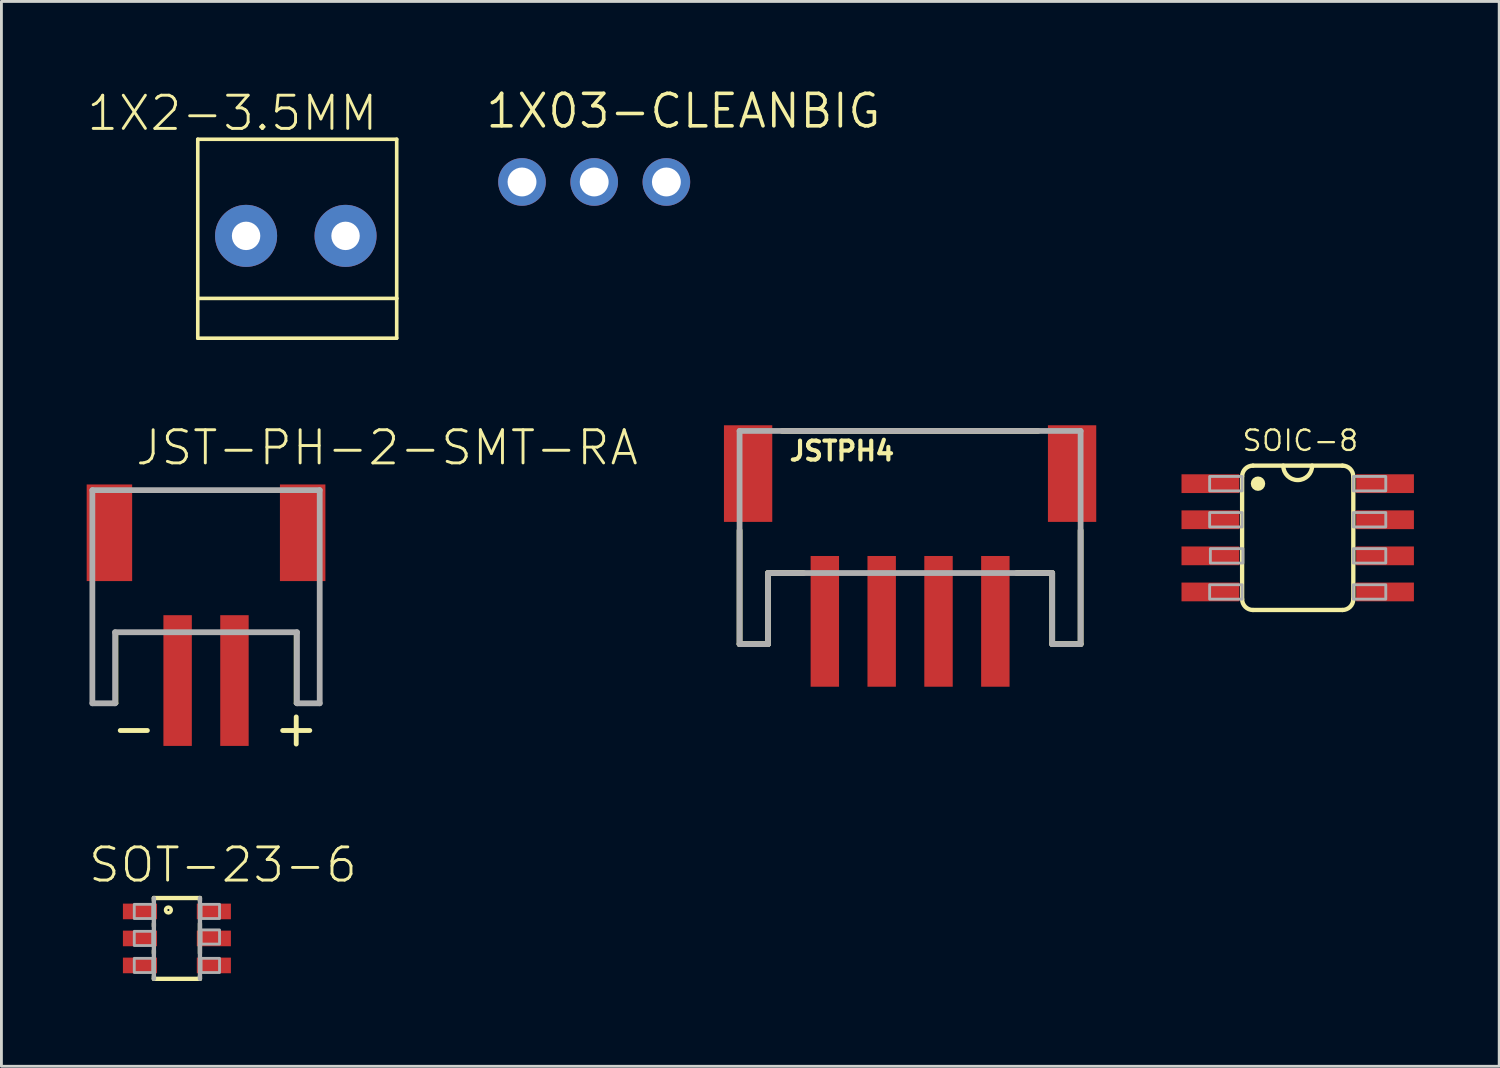
<source format=kicad_pcb>
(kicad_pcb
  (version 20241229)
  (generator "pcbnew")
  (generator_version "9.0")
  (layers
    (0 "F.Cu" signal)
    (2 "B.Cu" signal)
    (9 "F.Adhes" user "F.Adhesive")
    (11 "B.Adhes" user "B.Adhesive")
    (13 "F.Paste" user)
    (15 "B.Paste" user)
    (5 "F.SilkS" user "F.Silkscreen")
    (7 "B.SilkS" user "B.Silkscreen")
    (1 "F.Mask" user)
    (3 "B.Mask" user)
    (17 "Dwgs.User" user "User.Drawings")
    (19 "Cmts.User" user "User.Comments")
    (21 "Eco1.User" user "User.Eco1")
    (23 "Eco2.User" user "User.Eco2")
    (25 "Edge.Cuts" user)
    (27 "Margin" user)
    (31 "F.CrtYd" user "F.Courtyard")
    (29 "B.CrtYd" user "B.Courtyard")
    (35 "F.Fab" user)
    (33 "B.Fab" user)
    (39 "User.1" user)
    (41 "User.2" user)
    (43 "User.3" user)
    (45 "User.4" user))
  (footprint "1X03-CLEANBIG"
    (layer "F.Cu")
    (at 17.858 3.353)
    (property "Reference" "1X03-CLEANBIG" (at -3.886 -1.829 0) (layer "F.SilkS") (effects (font (size 1.143 1.143) (thickness 0.127)) (justify left bottom)))
    (fp_poly (pts (xy -2.794 0.254) (xy -2.286 0.254) (xy -2.286 -0.254) (xy -2.794 -0.254)) (stroke (width 0.1) (type solid)) (fill no) (layer "F.Fab"))
    (fp_poly (pts (xy -0.254 0.254) (xy 0.254 0.254) (xy 0.254 -0.254) (xy -0.254 -0.254)) (stroke (width 0.1) (type solid)) (fill no) (layer "F.Fab"))
    (fp_poly (pts (xy 2.286 0.254) (xy 2.794 0.254) (xy 2.794 -0.254) (xy 2.286 -0.254)) (stroke (width 0.1) (type solid)) (fill no) (layer "F.Fab"))
    (pad "1" thru_hole circle (at -2.54 0 90) (size 1.676 1.676) (drill 1.016) (layers "*.Cu" "*.Mask"))
    (pad "2" thru_hole circle (at 0 0 90) (size 1.676 1.676) (drill 1.016) (layers "*.Cu" "*.Mask"))
    (pad "3" thru_hole circle (at 2.54 0 90) (size 1.676 1.676) (drill 1.016) (layers "*.Cu" "*.Mask")))
  (footprint "SOT-23-6"
    (layer "F.Cu")
    (at 3.175 29.971)
    (property "Reference" "SOT-23-6" (at -3.175 -1.905 0) (layer "F.SilkS") (effects (font (size 1.168 1.168) (thickness 0.102)) (justify left bottom)))
    (fp_line (start -0.81 -1.422) (end 0.81 -1.422) (stroke (width 0.152) (type solid)) (layer "F.SilkS"))
    (fp_line (start -0.81 -1.328) (end -0.81 -1.422) (stroke (width 0.152) (type solid)) (layer "F.SilkS"))
    (fp_line (start -0.81 -0.428) (end -0.81 -0.522) (stroke (width 0.152) (type solid)) (layer "F.SilkS"))
    (fp_line (start -0.81 0.522) (end -0.81 0.428) (stroke (width 0.152) (type solid)) (layer "F.SilkS"))
    (fp_line (start -0.81 1.422) (end -0.81 1.328) (stroke (width 0.152) (type solid)) (layer "F.SilkS"))
    (fp_line (start 0.81 -1.422) (end 0.81 -1.328) (stroke (width 0.152) (type solid)) (layer "F.SilkS"))
    (fp_line (start 0.81 -0.522) (end 0.81 0.522) (stroke (width 0.152) (type solid)) (layer "F.SilkS"))
    (fp_line (start 0.81 1.328) (end 0.81 1.422) (stroke (width 0.152) (type solid)) (layer "F.SilkS"))
    (fp_line (start 0.81 1.422) (end -0.81 1.422) (stroke (width 0.152) (type solid)) (layer "F.SilkS"))
    (fp_circle (center -0.3 -1) (end -0.2 -1) (stroke (width 0.127) (type solid)) (fill no) (layer "F.SilkS"))
    (fp_line (start -0.81 1.422) (end -0.81 -1.422) (stroke (width 0.152) (type solid)) (layer "F.Fab"))
    (fp_line (start 0.81 -1.422) (end 0.81 1.422) (stroke (width 0.152) (type solid)) (layer "F.Fab"))
    (fp_poly (pts (xy -1.5 -1.2) (xy -1.5 -0.7) (xy -0.85 -0.7) (xy -0.85 -1.2)) (stroke (width 0.1) (type solid)) (fill no) (layer "F.Fab"))
    (fp_poly (pts (xy -1.5 -0.25) (xy -1.5 0.25) (xy -0.85 0.25) (xy -0.85 -0.25)) (stroke (width 0.1) (type solid)) (fill no) (layer "F.Fab"))
    (fp_poly (pts (xy -1.5 0.7) (xy -1.5 1.2) (xy -0.85 1.2) (xy -0.85 0.7)) (stroke (width 0.1) (type solid)) (fill no) (layer "F.Fab"))
    (fp_poly (pts (xy 0.85 -1.2) (xy 0.85 -0.7) (xy 1.5 -0.7) (xy 1.5 -1.2)) (stroke (width 0.1) (type solid)) (fill no) (layer "F.Fab"))
    (fp_poly (pts (xy 0.85 -0.3) (xy 0.85 0.2) (xy 1.5 0.2) (xy 1.5 -0.3)) (stroke (width 0.1) (type solid)) (fill no) (layer "F.Fab"))
    (fp_poly (pts (xy 0.85 0.7) (xy 0.85 1.2) (xy 1.5 1.2) (xy 1.5 0.7)) (stroke (width 0.1) (type solid)) (fill no) (layer "F.Fab"))
    (pad "1" smd rect (at -1.3 -0.95 270) (size 0.55 1.2) (layers "F.Cu" "F.Mask" "F.Paste"))
    (pad "2" smd rect (at -1.3 0 270) (size 0.55 1.2) (layers "F.Cu" "F.Mask" "F.Paste"))
    (pad "3" smd rect (at -1.3 0.95 270) (size 0.55 1.2) (layers "F.Cu" "F.Mask" "F.Paste"))
    (pad "4" smd rect (at 1.3 0.95 270) (size 0.55 1.2) (layers "F.Cu" "F.Mask" "F.Paste"))
    (pad "5" smd rect (at 1.3 0 270) (size 0.55 1.2) (layers "F.Cu" "F.Mask" "F.Paste"))
    (pad "6" smd rect (at 1.3 -0.95 270) (size 0.55 1.2) (layers "F.Cu" "F.Mask" "F.Paste")))
  (footprint "JST-PH-2-SMT-RA"
    (layer "F.Cu")
    (at 4.2 17.197)
    (property "Reference" "JST-PH-2-SMT-RA" (at -2.54 -3.81 0) (layer "F.SilkS") (effects (font (size 1.168 1.168) (thickness 0.102)) (justify left bottom)))
    (fp_line (start -4 4.5) (end -4 0.5) (stroke (width 0.127) (type solid)) (layer "F.SilkS"))
    (fp_line (start -3.15 2) (end -3.15 4.5) (stroke (width 0.127) (type solid)) (layer "F.SilkS"))
    (fp_line (start -3.15 4.5) (end -4 4.5) (stroke (width 0.127) (type solid)) (layer "F.SilkS"))
    (fp_line (start -2.25 -3) (end 2.25 -3) (stroke (width 0.127) (type solid)) (layer "F.SilkS"))
    (fp_line (start -1.75 2) (end -3.15 2) (stroke (width 0.127) (type solid)) (layer "F.SilkS"))
    (fp_line (start 3.15 2) (end 1.75 2) (stroke (width 0.127) (type solid)) (layer "F.SilkS"))
    (fp_line (start 3.15 4.5) (end 3.15 2) (stroke (width 0.127) (type solid)) (layer "F.SilkS"))
    (fp_line (start 4 0.5) (end 4 4.5) (stroke (width 0.127) (type solid)) (layer "F.SilkS"))
    (fp_line (start 4 4.5) (end 3.15 4.5) (stroke (width 0.127) (type solid)) (layer "F.SilkS"))
    (fp_line (start -4 -3) (end 4 -3) (stroke (width 0.203) (type solid)) (layer "F.Fab"))
    (fp_line (start -4 4.5) (end -4 -3) (stroke (width 0.203) (type solid)) (layer "F.Fab"))
    (fp_line (start -3.2 2) (end -3.2 4.5) (stroke (width 0.203) (type solid)) (layer "F.Fab"))
    (fp_line (start -3.2 4.5) (end -4 4.5) (stroke (width 0.203) (type solid)) (layer "F.Fab"))
    (fp_line (start 3.2 2) (end -3.2 2) (stroke (width 0.203) (type solid)) (layer "F.Fab"))
    (fp_line (start 3.2 4.5) (end 3.2 2) (stroke (width 0.203) (type solid)) (layer "F.Fab"))
    (fp_line (start 4 -3) (end 4 4.5) (stroke (width 0.203) (type solid)) (layer "F.Fab"))
    (fp_line (start 4 4.5) (end 3.2 4.5) (stroke (width 0.203) (type solid)) (layer "F.Fab"))
    (fp_text user "-" (at -3.429 6.096 0) (layer "F.SilkS") (effects (font (size 1.252 1.252) (thickness 0.171)) (justify left bottom)))
    (fp_text user "+" (at 2.286 6.096 0) (layer "F.SilkS") (effects (font (size 1.252 1.252) (thickness 0.171)) (justify left bottom)))
    (pad "1" smd rect (at 1 3.7) (size 1 4.6) (layers "F.Cu" "F.Mask" "F.Paste"))
    (pad "2" smd rect (at -1 3.7) (size 1 4.6) (layers "F.Cu" "F.Mask" "F.Paste"))
    (pad "NC1" smd rect (at -3.4 -1.5 90) (size 3.4 1.6) (layers "F.Cu" "F.Mask" "F.Paste"))
    (pad "NC2" smd rect (at 3.4 -1.5 90) (size 3.4 1.6) (layers "F.Cu" "F.Mask" "F.Paste")))
  (footprint "JSTPH4"
    (layer "F.Cu")
    (at 28.974 15.114)
    (property "Reference" "JSTPH4" (at -4.318 -1.905 0) (layer "F.SilkS") (effects (font (size 0.666 0.666) (thickness 0.146)) (justify left bottom)))
    (fp_line (start -6 0.5) (end -6 4.5) (stroke (width 0.203) (type solid)) (layer "F.SilkS"))
    (fp_line (start -6 4.5) (end -5 4.5) (stroke (width 0.203) (type solid)) (layer "F.SilkS"))
    (fp_line (start -5 2) (end -3.75 2) (stroke (width 0.203) (type solid)) (layer "F.SilkS"))
    (fp_line (start -5 4.5) (end -5 2) (stroke (width 0.203) (type solid)) (layer "F.SilkS"))
    (fp_line (start -4.5 -3) (end 4.5 -3) (stroke (width 0.203) (type solid)) (layer "F.SilkS"))
    (fp_line (start 3.75 2) (end 5 2) (stroke (width 0.203) (type solid)) (layer "F.SilkS"))
    (fp_line (start 5 2) (end 5 4.5) (stroke (width 0.203) (type solid)) (layer "F.SilkS"))
    (fp_line (start 5 4.5) (end 6 4.5) (stroke (width 0.203) (type solid)) (layer "F.SilkS"))
    (fp_line (start 6 4.5) (end 6 0.5) (stroke (width 0.203) (type solid)) (layer "F.SilkS"))
    (fp_line (start -6 -3) (end 6 -3) (stroke (width 0.203) (type solid)) (layer "F.Fab"))
    (fp_line (start -6 4.5) (end -6 -3) (stroke (width 0.203) (type solid)) (layer "F.Fab"))
    (fp_line (start -5 2) (end -5 4.5) (stroke (width 0.203) (type solid)) (layer "F.Fab"))
    (fp_line (start -5 4.5) (end -6 4.5) (stroke (width 0.203) (type solid)) (layer "F.Fab"))
    (fp_line (start 5 2) (end -5 2) (stroke (width 0.203) (type solid)) (layer "F.Fab"))
    (fp_line (start 5 4.5) (end 5 2) (stroke (width 0.203) (type solid)) (layer "F.Fab"))
    (fp_line (start 6 -3) (end 6 4.5) (stroke (width 0.203) (type solid)) (layer "F.Fab"))
    (fp_line (start 6 4.5) (end 5 4.5) (stroke (width 0.203) (type solid)) (layer "F.Fab"))
    (pad "1" smd rect (at -3 3.7) (size 1 4.6) (layers "F.Cu" "F.Mask" "F.Paste"))
    (pad "2" smd rect (at -1 3.7) (size 1 4.6) (layers "F.Cu" "F.Mask" "F.Paste"))
    (pad "3" smd rect (at 1 3.7) (size 1 4.6) (layers "F.Cu" "F.Mask" "F.Paste"))
    (pad "4" smd rect (at 3 3.7) (size 1 4.6) (layers "F.Cu" "F.Mask" "F.Paste"))
    (pad "NC1" smd rect (at -5.7 -1.5 90) (size 3.4 1.7) (layers "F.Cu" "F.Mask" "F.Paste"))
    (pad "NC2" smd rect (at 5.7 -1.5 90) (size 3.4 1.7) (layers "F.Cu" "F.Mask" "F.Paste")))
  (footprint "SOIC-8"
    (layer "F.Cu")
    (at 42.613 15.874)
    (property "Reference" "SOIC-8" (at -2 -3 0) (layer "F.SilkS") (effects (font (size 0.72 0.72) (thickness 0.08)) (justify left bottom)))
    (fp_line (start -1.956 -2.159) (end -1.956 2.159) (stroke (width 0.152) (type solid)) (layer "F.SilkS"))
    (fp_line (start -1.575 2.54) (end 1.575 2.54) (stroke (width 0.152) (type solid)) (layer "F.SilkS"))
    (fp_line (start 1.575 -2.54) (end -1.575 -2.54) (stroke (width 0.152) (type solid)) (layer "F.SilkS"))
    (fp_line (start 1.956 2.159) (end 1.956 -2.159) (stroke (width 0.152) (type solid)) (layer "F.SilkS"))
    (fp_arc (start -1.9558 -2.159) (mid -1.844208 -2.428408) (end -1.5748 -2.54) (stroke (width 0.1524) (type solid)) (layer "F.SilkS"))
    (fp_arc (start -1.5748 2.54) (mid -1.844208 2.428408) (end -1.9558 2.159) (stroke (width 0.1524) (type solid)) (layer "F.SilkS"))
    (fp_arc (start 0.508 -2.54) (mid 0 -2.032) (end -0.508 -2.54) (stroke (width 0.1524) (type solid)) (layer "F.SilkS"))
    (fp_arc (start 1.5748 -2.54) (mid 1.844208 -2.428408) (end 1.9558 -2.159) (stroke (width 0.1524) (type solid)) (layer "F.SilkS"))
    (fp_arc (start 1.9558 2.159) (mid 1.844208 2.428408) (end 1.5748 2.54) (stroke (width 0.1524) (type solid)) (layer "F.SilkS"))
    (fp_circle (center -1.397 -1.905) (end -1.27 -1.905) (stroke (width 0.254) (type solid)) (fill no) (layer "F.SilkS"))
    (fp_poly (pts (xy -3.099 -2.159) (xy -3.099 -1.651) (xy -1.956 -1.651) (xy -1.956 -2.159)) (stroke (width 0.1) (type solid)) (fill no) (layer "F.Fab"))
    (fp_poly (pts (xy -3.099 -0.889) (xy -3.099 -0.381) (xy -1.956 -0.381) (xy -1.956 -0.889)) (stroke (width 0.1) (type solid)) (fill no) (layer "F.Fab"))
    (fp_poly (pts (xy -3.099 1.651) (xy -3.099 2.159) (xy -1.956 2.159) (xy -1.956 1.651)) (stroke (width 0.1) (type solid)) (fill no) (layer "F.Fab"))
    (fp_poly (pts (xy -3.073 0.381) (xy -3.073 0.889) (xy -1.93 0.889) (xy -1.93 0.381)) (stroke (width 0.1) (type solid)) (fill no) (layer "F.Fab"))
    (fp_poly (pts (xy 1.956 -2.159) (xy 1.956 -1.651) (xy 3.099 -1.651) (xy 3.099 -2.159)) (stroke (width 0.1) (type solid)) (fill no) (layer "F.Fab"))
    (fp_poly (pts (xy 1.956 -0.889) (xy 1.956 -0.381) (xy 3.099 -0.381) (xy 3.099 -0.889)) (stroke (width 0.1) (type solid)) (fill no) (layer "F.Fab"))
    (fp_poly (pts (xy 1.956 0.381) (xy 1.956 0.889) (xy 3.099 0.889) (xy 3.099 0.381)) (stroke (width 0.1) (type solid)) (fill no) (layer "F.Fab"))
    (fp_poly (pts (xy 1.956 1.651) (xy 1.956 2.159) (xy 3.099 2.159) (xy 3.099 1.651)) (stroke (width 0.1) (type solid)) (fill no) (layer "F.Fab"))
    (pad "1" smd rect (at -3.073 -1.905 270) (size 0.66 2.032) (layers "F.Cu" "F.Mask" "F.Paste"))
    (pad "2" smd rect (at -3.073 -0.635 270) (size 0.66 2.032) (layers "F.Cu" "F.Mask" "F.Paste"))
    (pad "3" smd rect (at -3.073 0.635 270) (size 0.66 2.032) (layers "F.Cu" "F.Mask" "F.Paste"))
    (pad "4" smd rect (at -3.073 1.905 270) (size 0.66 2.032) (layers "F.Cu" "F.Mask" "F.Paste"))
    (pad "5" smd rect (at 3.073 1.905 270) (size 0.66 2.032) (layers "F.Cu" "F.Mask" "F.Paste"))
    (pad "6" smd rect (at 3.073 0.635 270) (size 0.66 2.032) (layers "F.Cu" "F.Mask" "F.Paste"))
    (pad "7" smd rect (at 3.073 -0.635 270) (size 0.66 2.032) (layers "F.Cu" "F.Mask" "F.Paste"))
    (pad "8" smd rect (at 3.073 -1.905 270) (size 0.66 2.032) (layers "F.Cu" "F.Mask" "F.Paste")))
  (footprint "1X2-3.5MM"
    (layer "F.Cu")
    (at 7.309 5.25)
    (property "Reference" "1X2-3.5MM" (at 3 -5 0) (layer "F.SilkS") (effects (font (size 1.168 1.168) (thickness 0.102)) (justify right top)))
    (fp_line (start -3.4 -3.4) (end -3.4 2.2) (stroke (width 0.127) (type solid)) (layer "F.SilkS"))
    (fp_line (start -3.4 2.2) (end -3.4 3.6) (stroke (width 0.127) (type solid)) (layer "F.SilkS"))
    (fp_line (start -3.4 2.2) (end 3.6 2.2) (stroke (width 0.127) (type solid)) (layer "F.SilkS"))
    (fp_line (start -3.4 3.6) (end 3.6 3.6) (stroke (width 0.127) (type solid)) (layer "F.SilkS"))
    (fp_line (start 3.6 -3.4) (end -3.4 -3.4) (stroke (width 0.127) (type solid)) (layer "F.SilkS"))
    (fp_line (start 3.6 2.2) (end 3.6 -3.4) (stroke (width 0.127) (type solid)) (layer "F.SilkS"))
    (fp_line (start 3.6 3.6) (end 3.6 2.2) (stroke (width 0.127) (type solid)) (layer "F.SilkS"))
    (pad "1" thru_hole circle (at 1.8 0) (size 2.184 2.184) (drill 1) (layers "*.Cu" "*.Mask"))
    (pad "2" thru_hole circle (at -1.7 0) (size 2.184 2.184) (drill 1) (layers "*.Cu" "*.Mask")))
  (gr_rect
    (start -3 -3)
    (end 49.703 34.469)
    (stroke (width 0.1) (type default))
    (fill no)
    (layer "Edge.Cuts")))
</source>
